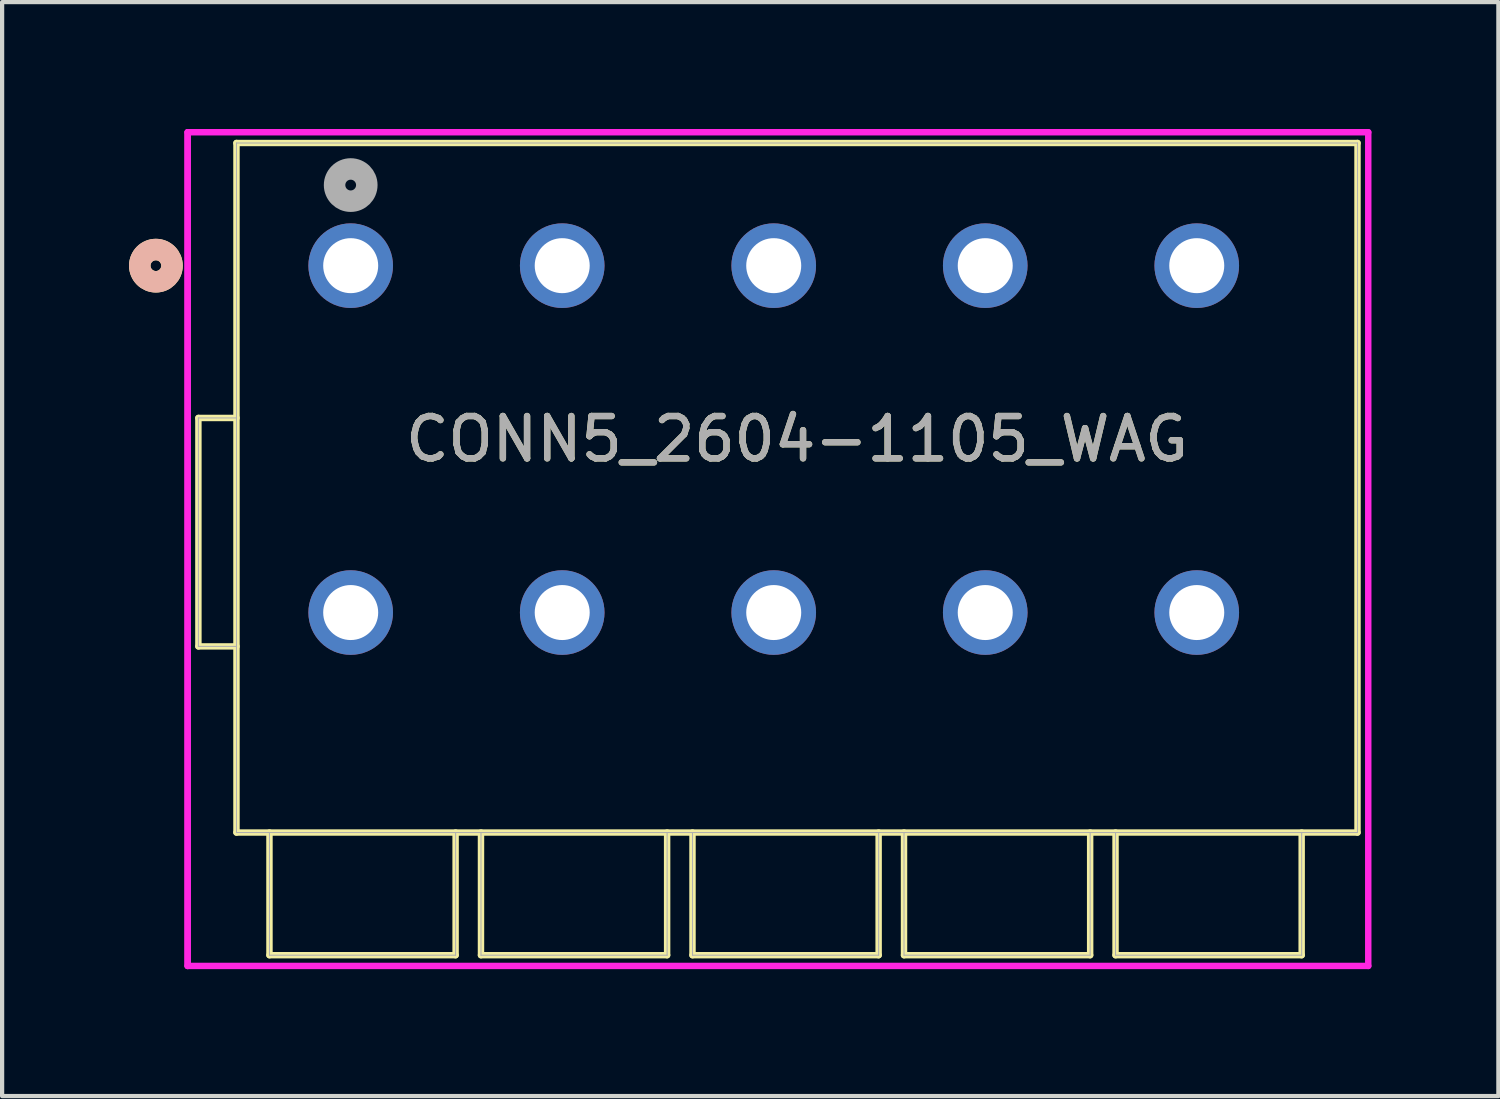
<source format=kicad_pcb>
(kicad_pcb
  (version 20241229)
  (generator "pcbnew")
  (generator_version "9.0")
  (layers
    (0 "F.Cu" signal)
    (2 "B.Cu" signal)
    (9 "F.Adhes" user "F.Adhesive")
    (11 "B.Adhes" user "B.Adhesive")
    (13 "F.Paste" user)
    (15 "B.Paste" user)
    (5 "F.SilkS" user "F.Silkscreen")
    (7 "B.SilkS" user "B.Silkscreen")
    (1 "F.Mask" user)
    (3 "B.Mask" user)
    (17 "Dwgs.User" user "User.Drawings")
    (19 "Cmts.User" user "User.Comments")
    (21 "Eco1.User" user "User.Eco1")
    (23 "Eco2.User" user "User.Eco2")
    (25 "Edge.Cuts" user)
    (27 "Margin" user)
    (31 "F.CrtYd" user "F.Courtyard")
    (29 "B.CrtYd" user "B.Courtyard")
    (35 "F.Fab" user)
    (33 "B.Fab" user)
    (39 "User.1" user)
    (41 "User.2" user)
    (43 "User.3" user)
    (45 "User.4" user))
  (footprint "CONN5_2604-1105_WAG"
    (layer "F.Cu")
    (at 5.24 3.23)
    (property "Reference" "CONN5_2604-1105_WAG" (at 10.55 4.1 0) (unlocked yes) (layer "F.SilkS") (effects (font (size 1 1) (thickness 0.15))))
    (attr through_hole)
    (fp_line (start -3.6 9) (end -3.6 3.6) (stroke (width 0.152) (type solid)) (layer "F.SilkS"))
    (fp_line (start -2.7 -2.9) (end 23.8 -2.9) (stroke (width 0.152) (type solid)) (layer "F.SilkS"))
    (fp_line (start -2.7 13.4) (end -2.7 -2.9) (stroke (width 0.152) (type solid)) (layer "F.SilkS"))
    (fp_line (start -2.7 13.4) (end 23.8 13.4) (stroke (width 0.152) (type solid)) (layer "F.SilkS"))
    (fp_line (start -2.7 3.6) (end -3.6 3.6) (stroke (width 0.152) (type solid)) (layer "F.SilkS"))
    (fp_line (start -2.7 9) (end -3.6 9) (stroke (width 0.152) (type solid)) (layer "F.SilkS"))
    (fp_line (start -1.92 13.4) (end -1.92 16.3) (stroke (width 0.152) (type solid)) (layer "F.SilkS"))
    (fp_line (start -1.92 16.3) (end 2.48 16.3) (stroke (width 0.152) (type solid)) (layer "F.SilkS"))
    (fp_line (start 2.48 13.4) (end 2.48 16.3) (stroke (width 0.152) (type solid)) (layer "F.SilkS"))
    (fp_line (start 3.08 13.4) (end 3.08 16.3) (stroke (width 0.152) (type solid)) (layer "F.SilkS"))
    (fp_line (start 3.08 16.3) (end 7.48 16.3) (stroke (width 0.152) (type solid)) (layer "F.SilkS"))
    (fp_line (start 7.48 13.4) (end 7.48 16.3) (stroke (width 0.152) (type solid)) (layer "F.SilkS"))
    (fp_line (start 8.08 13.4) (end 8.08 16.3) (stroke (width 0.152) (type solid)) (layer "F.SilkS"))
    (fp_line (start 8.08 16.3) (end 12.48 16.3) (stroke (width 0.152) (type solid)) (layer "F.SilkS"))
    (fp_line (start 12.48 13.4) (end 12.48 16.3) (stroke (width 0.152) (type solid)) (layer "F.SilkS"))
    (fp_line (start 13.08 13.4) (end 13.08 16.3) (stroke (width 0.152) (type solid)) (layer "F.SilkS"))
    (fp_line (start 13.08 16.3) (end 17.48 16.3) (stroke (width 0.152) (type solid)) (layer "F.SilkS"))
    (fp_line (start 17.48 13.4) (end 17.48 16.3) (stroke (width 0.152) (type solid)) (layer "F.SilkS"))
    (fp_line (start 18.08 13.4) (end 18.08 16.3) (stroke (width 0.152) (type solid)) (layer "F.SilkS"))
    (fp_line (start 18.08 16.3) (end 22.48 16.3) (stroke (width 0.152) (type solid)) (layer "F.SilkS"))
    (fp_line (start 22.48 13.4) (end 22.48 16.3) (stroke (width 0.152) (type solid)) (layer "F.SilkS"))
    (fp_line (start 23.8 -2.9) (end 23.8 13.4) (stroke (width 0.152) (type solid)) (layer "F.SilkS"))
    (fp_circle (center -4.605 0) (end -4.224 0) (stroke (width 0.508) (type solid)) (fill no) (layer "F.SilkS"))
    (fp_circle (center -4.605 0) (end -4.224 0) (stroke (width 0.508) (type solid)) (fill no) (layer "B.SilkS"))
    (fp_line (start -3.854 -3.154) (end -3.854 16.554) (stroke (width 0.152) (type solid)) (layer "F.CrtYd"))
    (fp_line (start -3.854 -3.154) (end -3.854 16.554) (stroke (width 0.152) (type solid)) (layer "F.CrtYd"))
    (fp_line (start -3.854 16.554) (end 24.054 16.554) (stroke (width 0.152) (type solid)) (layer "F.CrtYd"))
    (fp_line (start 24.054 -3.154) (end -3.854 -3.154) (stroke (width 0.152) (type solid)) (layer "F.CrtYd"))
    (fp_line (start 24.054 16.554) (end 24.054 -3.154) (stroke (width 0.152) (type solid)) (layer "F.CrtYd"))
    (fp_line (start -3.6 9) (end -3.6 3.6) (stroke (width 0.025) (type solid)) (layer "F.Fab"))
    (fp_line (start -2.7 -2.9) (end 23.8 -2.9) (stroke (width 0.025) (type solid)) (layer "F.Fab"))
    (fp_line (start -2.7 13.4) (end -2.7 -2.9) (stroke (width 0.025) (type solid)) (layer "F.Fab"))
    (fp_line (start -2.7 13.4) (end 23.8 13.4) (stroke (width 0.025) (type solid)) (layer "F.Fab"))
    (fp_line (start -2.7 3.6) (end -3.6 3.6) (stroke (width 0.025) (type solid)) (layer "F.Fab"))
    (fp_line (start -2.7 9) (end -3.6 9) (stroke (width 0.025) (type solid)) (layer "F.Fab"))
    (fp_line (start -1.92 13.4) (end -1.92 16.3) (stroke (width 0.025) (type solid)) (layer "F.Fab"))
    (fp_line (start -1.92 16.3) (end 2.48 16.3) (stroke (width 0.025) (type solid)) (layer "F.Fab"))
    (fp_line (start 2.48 13.4) (end 2.48 16.3) (stroke (width 0.025) (type solid)) (layer "F.Fab"))
    (fp_line (start 3.08 13.4) (end 3.08 16.3) (stroke (width 0.025) (type solid)) (layer "F.Fab"))
    (fp_line (start 3.08 16.3) (end 7.48 16.3) (stroke (width 0.025) (type solid)) (layer "F.Fab"))
    (fp_line (start 7.48 13.4) (end 7.48 16.3) (stroke (width 0.025) (type solid)) (layer "F.Fab"))
    (fp_line (start 8.08 13.4) (end 8.08 16.3) (stroke (width 0.025) (type solid)) (layer "F.Fab"))
    (fp_line (start 8.08 16.3) (end 12.48 16.3) (stroke (width 0.025) (type solid)) (layer "F.Fab"))
    (fp_line (start 12.48 13.4) (end 12.48 16.3) (stroke (width 0.025) (type solid)) (layer "F.Fab"))
    (fp_line (start 13.08 13.4) (end 13.08 16.3) (stroke (width 0.025) (type solid)) (layer "F.Fab"))
    (fp_line (start 13.08 16.3) (end 17.48 16.3) (stroke (width 0.025) (type solid)) (layer "F.Fab"))
    (fp_line (start 17.48 13.4) (end 17.48 16.3) (stroke (width 0.025) (type solid)) (layer "F.Fab"))
    (fp_line (start 18.08 13.4) (end 18.08 16.3) (stroke (width 0.025) (type solid)) (layer "F.Fab"))
    (fp_line (start 18.08 16.3) (end 22.48 16.3) (stroke (width 0.025) (type solid)) (layer "F.Fab"))
    (fp_line (start 22.48 13.4) (end 22.48 16.3) (stroke (width 0.025) (type solid)) (layer "F.Fab"))
    (fp_line (start 23.8 -2.9) (end 23.8 13.4) (stroke (width 0.025) (type solid)) (layer "F.Fab"))
    (fp_circle (center 0 -1.905) (end 0.381 -1.905) (stroke (width 0.508) (type solid)) (fill no) (layer "F.Fab"))
    (fp_text user "${REFERENCE}" (at 10.55 4.1 0) (unlocked yes) (layer "F.Fab") (effects (font (size 1 1) (thickness 0.15))))
    (pad "1" thru_hole circle (at 0 0) (size 2 2) (drill 1.3) (layers "*.Cu" "*.Mask"))
    (pad "2" thru_hole circle (at 0 8.2) (size 2 2) (drill 1.3) (layers "*.Cu" "*.Mask"))
    (pad "3" thru_hole circle (at 5 0) (size 2 2) (drill 1.3) (layers "*.Cu" "*.Mask"))
    (pad "4" thru_hole circle (at 5 8.2) (size 2 2) (drill 1.3) (layers "*.Cu" "*.Mask"))
    (pad "5" thru_hole circle (at 10 0) (size 2 2) (drill 1.3) (layers "*.Cu" "*.Mask"))
    (pad "6" thru_hole circle (at 10 8.2) (size 2 2) (drill 1.3) (layers "*.Cu" "*.Mask"))
    (pad "7" thru_hole circle (at 15 0) (size 2 2) (drill 1.3) (layers "*.Cu" "*.Mask"))
    (pad "8" thru_hole circle (at 15 8.2) (size 2 2) (drill 1.3) (layers "*.Cu" "*.Mask"))
    (pad "9" thru_hole circle (at 20 0) (size 2 2) (drill 1.3) (layers "*.Cu" "*.Mask"))
    (pad "10" thru_hole circle (at 20 8.2) (size 2 2) (drill 1.3) (layers "*.Cu" "*.Mask")))
  (gr_rect
    (start -3 -3)
    (end 32.37 22.86)
    (stroke (width 0.1) (type default))
    (fill no)
    (layer "Edge.Cuts")))
</source>
